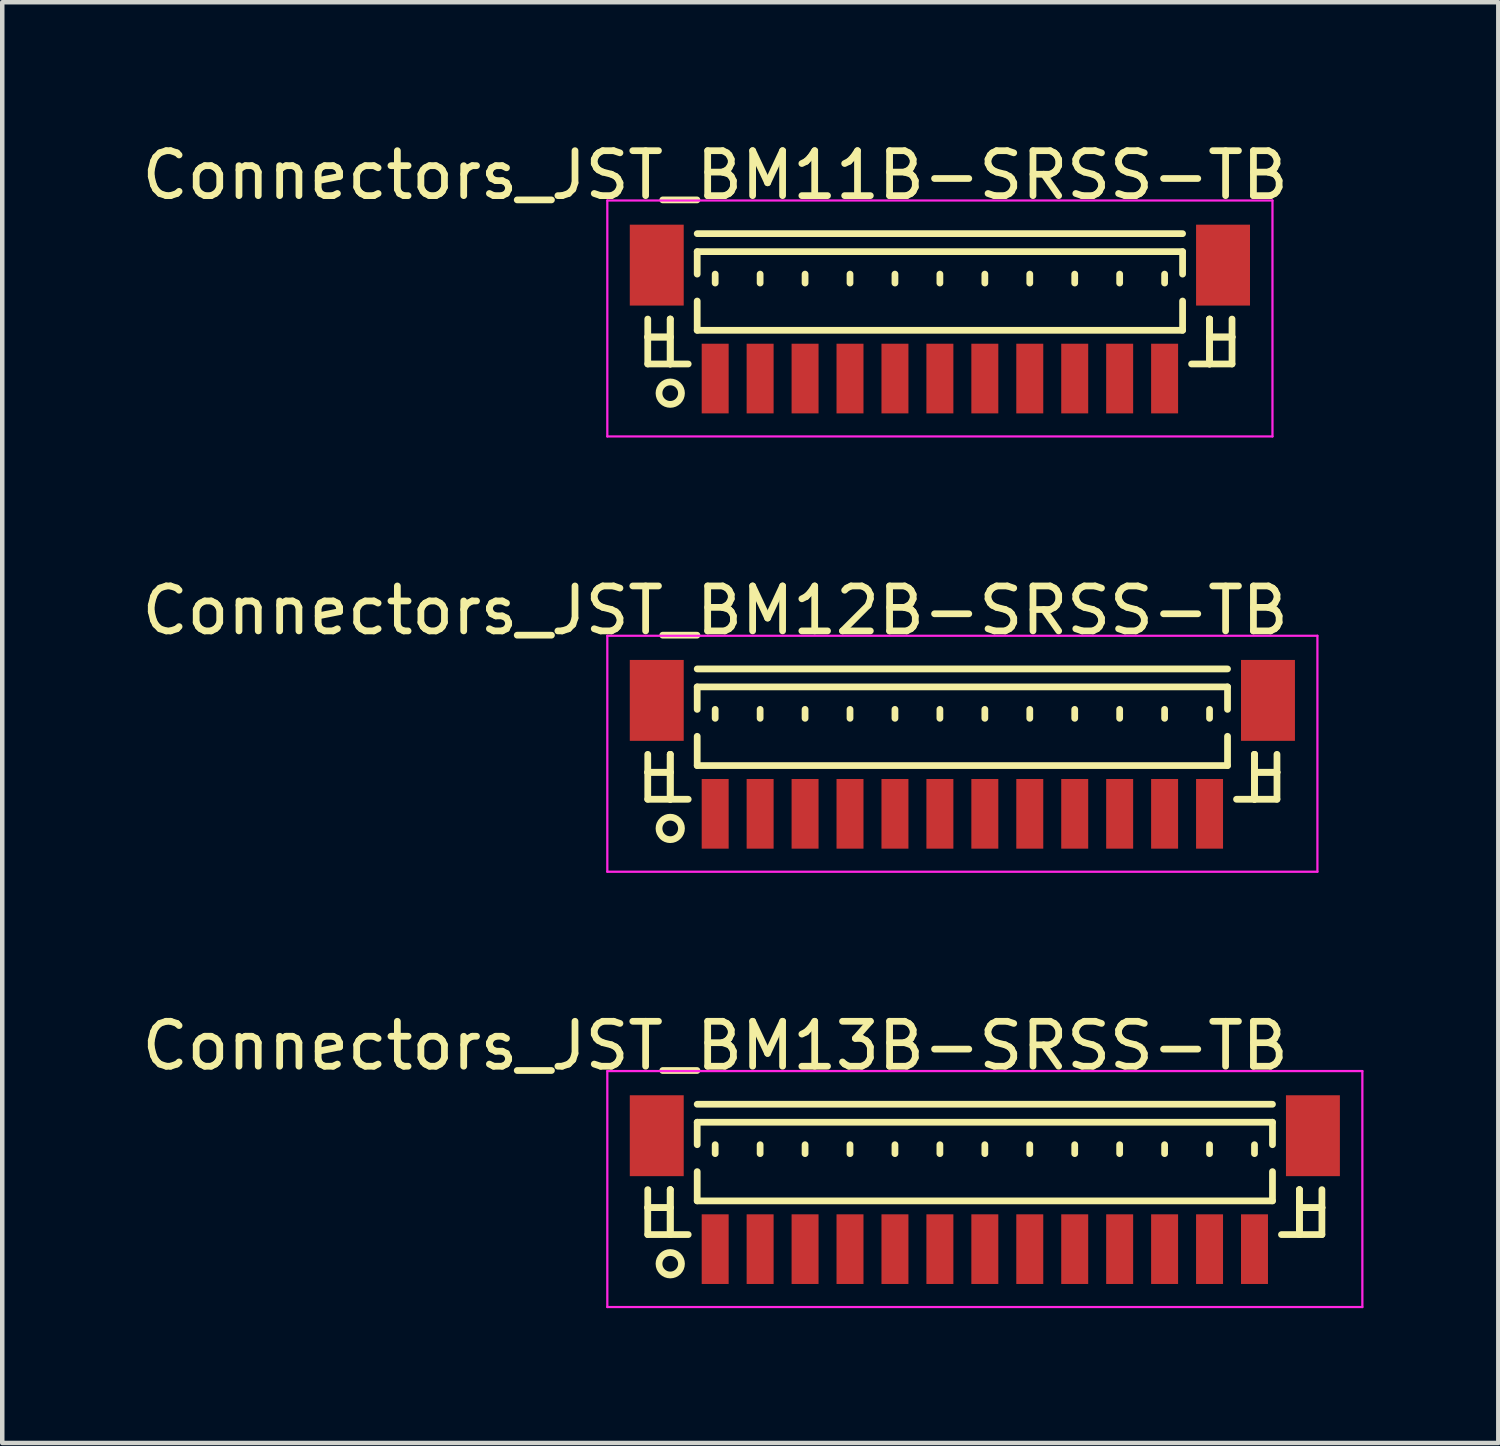
<source format=kicad_pcb>
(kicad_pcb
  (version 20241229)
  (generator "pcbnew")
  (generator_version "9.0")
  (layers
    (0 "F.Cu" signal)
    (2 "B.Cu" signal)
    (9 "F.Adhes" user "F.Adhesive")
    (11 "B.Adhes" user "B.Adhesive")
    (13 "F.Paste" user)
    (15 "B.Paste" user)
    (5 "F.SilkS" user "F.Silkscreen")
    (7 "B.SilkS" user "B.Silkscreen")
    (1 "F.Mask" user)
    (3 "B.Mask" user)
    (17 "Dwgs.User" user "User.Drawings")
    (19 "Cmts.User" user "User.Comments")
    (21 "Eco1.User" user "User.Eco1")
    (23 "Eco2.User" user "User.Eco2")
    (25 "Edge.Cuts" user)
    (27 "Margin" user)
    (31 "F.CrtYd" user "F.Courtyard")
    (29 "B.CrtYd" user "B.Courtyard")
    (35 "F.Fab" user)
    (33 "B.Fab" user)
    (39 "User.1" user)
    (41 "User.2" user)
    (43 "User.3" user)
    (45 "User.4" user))
  (footprint "Connectors_JST_BM12B-SRSS-TB"
    (layer "F.Cu")
    (at 18.363 13.796)
    (property "Reference" "Connectors_JST_BM12B-SRSS-TB" (at -5.5 -3.263 0) (layer "F.SilkS") (effects (font (size 1 1) (thickness 0.15))))
    (attr smd)
    (fp_line (start -7 -0.062) (end -7 0.938) (stroke (width 0.15) (type solid)) (layer "F.SilkS"))
    (fp_line (start -7 0.338) (end -7 0.338) (stroke (width 0.15) (type solid)) (layer "F.SilkS"))
    (fp_line (start -7 0.338) (end -6.5 0.338) (stroke (width 0.15) (type solid)) (layer "F.SilkS"))
    (fp_line (start -7 0.938) (end -6.1 0.938) (stroke (width 0.15) (type solid)) (layer "F.SilkS"))
    (fp_line (start -6.5 -0.062) (end -6.5 -0.062) (stroke (width 0.15) (type solid)) (layer "F.SilkS"))
    (fp_line (start -6.5 -0.062) (end -6.5 0.938) (stroke (width 0.15) (type solid)) (layer "F.SilkS"))
    (fp_line (start -6.5 0.338) (end -7 0.338) (stroke (width 0.15) (type solid)) (layer "F.SilkS"))
    (fp_line (start -6.5 0.338) (end -6.5 0.338) (stroke (width 0.15) (type solid)) (layer "F.SilkS"))
    (fp_line (start -6.5 0.938) (end -6.5 -0.062) (stroke (width 0.15) (type solid)) (layer "F.SilkS"))
    (fp_line (start -6.5 0.938) (end -6.5 0.938) (stroke (width 0.15) (type solid)) (layer "F.SilkS"))
    (fp_line (start -5.9 -1.962) (end 5.9 -1.962) (stroke (width 0.15) (type solid)) (layer "F.SilkS"))
    (fp_line (start -5.9 -1.562) (end 5.9 -1.562) (stroke (width 0.15) (type solid)) (layer "F.SilkS"))
    (fp_line (start -5.9 -1.062) (end -5.9 -1.562) (stroke (width 0.15) (type solid)) (layer "F.SilkS"))
    (fp_line (start -5.9 -0.463) (end -5.9 0.188) (stroke (width 0.15) (type solid)) (layer "F.SilkS"))
    (fp_line (start -5.9 0.188) (end 5.9 0.188) (stroke (width 0.15) (type solid)) (layer "F.SilkS"))
    (fp_line (start -5.5 -1.062) (end -5.5 -0.863) (stroke (width 0.15) (type solid)) (layer "F.SilkS"))
    (fp_line (start -4.5 -1.062) (end -4.5 -0.863) (stroke (width 0.15) (type solid)) (layer "F.SilkS"))
    (fp_line (start -3.5 -1.062) (end -3.5 -0.863) (stroke (width 0.15) (type solid)) (layer "F.SilkS"))
    (fp_line (start -2.5 -1.062) (end -2.5 -0.863) (stroke (width 0.15) (type solid)) (layer "F.SilkS"))
    (fp_line (start -1.5 -1.062) (end -1.5 -0.863) (stroke (width 0.15) (type solid)) (layer "F.SilkS"))
    (fp_line (start -0.5 -1.062) (end -0.5 -0.863) (stroke (width 0.15) (type solid)) (layer "F.SilkS"))
    (fp_line (start 0.5 -1.062) (end 0.5 -0.863) (stroke (width 0.15) (type solid)) (layer "F.SilkS"))
    (fp_line (start 1.5 -1.062) (end 1.5 -0.863) (stroke (width 0.15) (type solid)) (layer "F.SilkS"))
    (fp_line (start 2.5 -1.062) (end 2.5 -0.863) (stroke (width 0.15) (type solid)) (layer "F.SilkS"))
    (fp_line (start 3.5 -1.062) (end 3.5 -0.863) (stroke (width 0.15) (type solid)) (layer "F.SilkS"))
    (fp_line (start 4.5 -1.062) (end 4.5 -0.863) (stroke (width 0.15) (type solid)) (layer "F.SilkS"))
    (fp_line (start 5.5 -1.062) (end 5.5 -0.863) (stroke (width 0.15) (type solid)) (layer "F.SilkS"))
    (fp_line (start 5.9 -1.562) (end 5.9 -1.062) (stroke (width 0.15) (type solid)) (layer "F.SilkS"))
    (fp_line (start 5.9 0.188) (end 5.9 -0.463) (stroke (width 0.15) (type solid)) (layer "F.SilkS"))
    (fp_line (start 6.5 -0.062) (end 6.5 -0.062) (stroke (width 0.15) (type solid)) (layer "F.SilkS"))
    (fp_line (start 6.5 -0.062) (end 6.5 0.938) (stroke (width 0.15) (type solid)) (layer "F.SilkS"))
    (fp_line (start 6.5 0.338) (end 6.5 0.338) (stroke (width 0.15) (type solid)) (layer "F.SilkS"))
    (fp_line (start 6.5 0.338) (end 7 0.338) (stroke (width 0.15) (type solid)) (layer "F.SilkS"))
    (fp_line (start 6.5 0.938) (end 6.5 -0.062) (stroke (width 0.15) (type solid)) (layer "F.SilkS"))
    (fp_line (start 6.5 0.938) (end 6.5 0.938) (stroke (width 0.15) (type solid)) (layer "F.SilkS"))
    (fp_line (start 7 -0.062) (end 7 0.938) (stroke (width 0.15) (type solid)) (layer "F.SilkS"))
    (fp_line (start 7 0.338) (end 6.5 0.338) (stroke (width 0.15) (type solid)) (layer "F.SilkS"))
    (fp_line (start 7 0.338) (end 7 0.338) (stroke (width 0.15) (type solid)) (layer "F.SilkS"))
    (fp_line (start 7 0.938) (end 6.1 0.938) (stroke (width 0.15) (type solid)) (layer "F.SilkS"))
    (fp_circle (center -6.5 1.587) (end -6.25 1.587) (stroke (width 0.15) (type solid)) (fill no) (layer "F.SilkS"))
    (fp_line (start -7.9 -2.7) (end 7.9 -2.7) (stroke (width 0.05) (type solid)) (layer "F.CrtYd"))
    (fp_line (start -7.9 2.55) (end -7.9 -2.7) (stroke (width 0.05) (type solid)) (layer "F.CrtYd"))
    (fp_line (start 7.9 -2.7) (end 7.9 2.55) (stroke (width 0.05) (type solid)) (layer "F.CrtYd"))
    (fp_line (start 7.9 2.55) (end -7.9 2.55) (stroke (width 0.05) (type solid)) (layer "F.CrtYd"))
    (pad "" smd rect (at -6.8 -1.262) (size 1.2 1.8) (layers "F.Cu" "F.Mask" "F.Paste"))
    (pad "" smd rect (at 6.8 -1.262) (size 1.2 1.8) (layers "F.Cu" "F.Mask" "F.Paste"))
    (pad "1" smd rect (at -5.5 1.262) (size 0.6 1.55) (layers "F.Cu" "F.Mask" "F.Paste"))
    (pad "2" smd rect (at -4.5 1.262) (size 0.6 1.55) (layers "F.Cu" "F.Mask" "F.Paste"))
    (pad "3" smd rect (at -3.5 1.262) (size 0.6 1.55) (layers "F.Cu" "F.Mask" "F.Paste"))
    (pad "4" smd rect (at -2.5 1.262) (size 0.6 1.55) (layers "F.Cu" "F.Mask" "F.Paste"))
    (pad "5" smd rect (at -1.5 1.262) (size 0.6 1.55) (layers "F.Cu" "F.Mask" "F.Paste"))
    (pad "6" smd rect (at -0.5 1.262) (size 0.6 1.55) (layers "F.Cu" "F.Mask" "F.Paste"))
    (pad "7" smd rect (at 0.5 1.262) (size 0.6 1.55) (layers "F.Cu" "F.Mask" "F.Paste"))
    (pad "8" smd rect (at 1.5 1.262) (size 0.6 1.55) (layers "F.Cu" "F.Mask" "F.Paste"))
    (pad "9" smd rect (at 2.5 1.262) (size 0.6 1.55) (layers "F.Cu" "F.Mask" "F.Paste"))
    (pad "10" smd rect (at 3.5 1.262) (size 0.6 1.55) (layers "F.Cu" "F.Mask" "F.Paste"))
    (pad "11" smd rect (at 4.5 1.262) (size 0.6 1.55) (layers "F.Cu" "F.Mask" "F.Paste"))
    (pad "12" smd rect (at 5.5 1.262) (size 0.6 1.55) (layers "F.Cu" "F.Mask" "F.Paste")))
  (footprint "Connectors_JST_BM11B-SRSS-TB"
    (layer "F.Cu")
    (at 17.863 4.111)
    (property "Reference" "Connectors_JST_BM11B-SRSS-TB" (at -5 -3.263 0) (layer "F.SilkS") (effects (font (size 1 1) (thickness 0.15))))
    (attr smd)
    (fp_line (start -6.5 -0.062) (end -6.5 0.938) (stroke (width 0.15) (type solid)) (layer "F.SilkS"))
    (fp_line (start -6.5 0.338) (end -6.5 0.338) (stroke (width 0.15) (type solid)) (layer "F.SilkS"))
    (fp_line (start -6.5 0.338) (end -6 0.338) (stroke (width 0.15) (type solid)) (layer "F.SilkS"))
    (fp_line (start -6.5 0.938) (end -5.6 0.938) (stroke (width 0.15) (type solid)) (layer "F.SilkS"))
    (fp_line (start -6 -0.062) (end -6 -0.062) (stroke (width 0.15) (type solid)) (layer "F.SilkS"))
    (fp_line (start -6 -0.062) (end -6 0.938) (stroke (width 0.15) (type solid)) (layer "F.SilkS"))
    (fp_line (start -6 0.338) (end -6.5 0.338) (stroke (width 0.15) (type solid)) (layer "F.SilkS"))
    (fp_line (start -6 0.338) (end -6 0.338) (stroke (width 0.15) (type solid)) (layer "F.SilkS"))
    (fp_line (start -6 0.938) (end -6 -0.062) (stroke (width 0.15) (type solid)) (layer "F.SilkS"))
    (fp_line (start -6 0.938) (end -6 0.938) (stroke (width 0.15) (type solid)) (layer "F.SilkS"))
    (fp_line (start -5.4 -1.962) (end 5.4 -1.962) (stroke (width 0.15) (type solid)) (layer "F.SilkS"))
    (fp_line (start -5.4 -1.562) (end 5.4 -1.562) (stroke (width 0.15) (type solid)) (layer "F.SilkS"))
    (fp_line (start -5.4 -1.062) (end -5.4 -1.562) (stroke (width 0.15) (type solid)) (layer "F.SilkS"))
    (fp_line (start -5.4 -0.463) (end -5.4 0.188) (stroke (width 0.15) (type solid)) (layer "F.SilkS"))
    (fp_line (start -5.4 0.188) (end 5.4 0.188) (stroke (width 0.15) (type solid)) (layer "F.SilkS"))
    (fp_line (start -5 -1.062) (end -5 -0.863) (stroke (width 0.15) (type solid)) (layer "F.SilkS"))
    (fp_line (start -4 -1.062) (end -4 -0.863) (stroke (width 0.15) (type solid)) (layer "F.SilkS"))
    (fp_line (start -3 -1.062) (end -3 -0.863) (stroke (width 0.15) (type solid)) (layer "F.SilkS"))
    (fp_line (start -2 -1.062) (end -2 -0.863) (stroke (width 0.15) (type solid)) (layer "F.SilkS"))
    (fp_line (start -1 -1.062) (end -1 -0.863) (stroke (width 0.15) (type solid)) (layer "F.SilkS"))
    (fp_line (start 0 -1.062) (end 0 -0.863) (stroke (width 0.15) (type solid)) (layer "F.SilkS"))
    (fp_line (start 1 -1.062) (end 1 -0.863) (stroke (width 0.15) (type solid)) (layer "F.SilkS"))
    (fp_line (start 2 -1.062) (end 2 -0.863) (stroke (width 0.15) (type solid)) (layer "F.SilkS"))
    (fp_line (start 3 -1.062) (end 3 -0.863) (stroke (width 0.15) (type solid)) (layer "F.SilkS"))
    (fp_line (start 4 -1.062) (end 4 -0.863) (stroke (width 0.15) (type solid)) (layer "F.SilkS"))
    (fp_line (start 5 -1.062) (end 5 -0.863) (stroke (width 0.15) (type solid)) (layer "F.SilkS"))
    (fp_line (start 5.4 -1.562) (end 5.4 -1.062) (stroke (width 0.15) (type solid)) (layer "F.SilkS"))
    (fp_line (start 5.4 0.188) (end 5.4 -0.463) (stroke (width 0.15) (type solid)) (layer "F.SilkS"))
    (fp_line (start 6 -0.062) (end 6 -0.062) (stroke (width 0.15) (type solid)) (layer "F.SilkS"))
    (fp_line (start 6 -0.062) (end 6 0.938) (stroke (width 0.15) (type solid)) (layer "F.SilkS"))
    (fp_line (start 6 0.338) (end 6 0.338) (stroke (width 0.15) (type solid)) (layer "F.SilkS"))
    (fp_line (start 6 0.338) (end 6.5 0.338) (stroke (width 0.15) (type solid)) (layer "F.SilkS"))
    (fp_line (start 6 0.938) (end 6 -0.062) (stroke (width 0.15) (type solid)) (layer "F.SilkS"))
    (fp_line (start 6 0.938) (end 6 0.938) (stroke (width 0.15) (type solid)) (layer "F.SilkS"))
    (fp_line (start 6.5 -0.062) (end 6.5 0.938) (stroke (width 0.15) (type solid)) (layer "F.SilkS"))
    (fp_line (start 6.5 0.338) (end 6 0.338) (stroke (width 0.15) (type solid)) (layer "F.SilkS"))
    (fp_line (start 6.5 0.338) (end 6.5 0.338) (stroke (width 0.15) (type solid)) (layer "F.SilkS"))
    (fp_line (start 6.5 0.938) (end 5.6 0.938) (stroke (width 0.15) (type solid)) (layer "F.SilkS"))
    (fp_circle (center -6 1.587) (end -5.75 1.587) (stroke (width 0.15) (type solid)) (fill no) (layer "F.SilkS"))
    (fp_line (start -7.4 -2.7) (end 7.4 -2.7) (stroke (width 0.05) (type solid)) (layer "F.CrtYd"))
    (fp_line (start -7.4 2.55) (end -7.4 -2.7) (stroke (width 0.05) (type solid)) (layer "F.CrtYd"))
    (fp_line (start 7.4 -2.7) (end 7.4 2.55) (stroke (width 0.05) (type solid)) (layer "F.CrtYd"))
    (fp_line (start 7.4 2.55) (end -7.4 2.55) (stroke (width 0.05) (type solid)) (layer "F.CrtYd"))
    (pad "" smd rect (at -6.3 -1.262) (size 1.2 1.8) (layers "F.Cu" "F.Mask" "F.Paste"))
    (pad "" smd rect (at 6.3 -1.262) (size 1.2 1.8) (layers "F.Cu" "F.Mask" "F.Paste"))
    (pad "1" smd rect (at -5 1.262) (size 0.6 1.55) (layers "F.Cu" "F.Mask" "F.Paste"))
    (pad "2" smd rect (at -4 1.262) (size 0.6 1.55) (layers "F.Cu" "F.Mask" "F.Paste"))
    (pad "3" smd rect (at -3 1.262) (size 0.6 1.55) (layers "F.Cu" "F.Mask" "F.Paste"))
    (pad "4" smd rect (at -2 1.262) (size 0.6 1.55) (layers "F.Cu" "F.Mask" "F.Paste"))
    (pad "5" smd rect (at -1 1.262) (size 0.6 1.55) (layers "F.Cu" "F.Mask" "F.Paste"))
    (pad "6" smd rect (at 0 1.262) (size 0.6 1.55) (layers "F.Cu" "F.Mask" "F.Paste"))
    (pad "7" smd rect (at 1 1.262) (size 0.6 1.55) (layers "F.Cu" "F.Mask" "F.Paste"))
    (pad "8" smd rect (at 2 1.262) (size 0.6 1.55) (layers "F.Cu" "F.Mask" "F.Paste"))
    (pad "9" smd rect (at 3 1.262) (size 0.6 1.55) (layers "F.Cu" "F.Mask" "F.Paste"))
    (pad "10" smd rect (at 4 1.262) (size 0.6 1.55) (layers "F.Cu" "F.Mask" "F.Paste"))
    (pad "11" smd rect (at 5 1.262) (size 0.6 1.55) (layers "F.Cu" "F.Mask" "F.Paste")))
  (footprint "Connectors_JST_BM13B-SRSS-TB"
    (layer "F.Cu")
    (at 18.863 23.482)
    (property "Reference" "Connectors_JST_BM13B-SRSS-TB" (at -6 -3.263 0) (layer "F.SilkS") (effects (font (size 1 1) (thickness 0.15))))
    (attr smd)
    (fp_line (start -7.5 -0.062) (end -7.5 0.938) (stroke (width 0.15) (type solid)) (layer "F.SilkS"))
    (fp_line (start -7.5 0.338) (end -7.5 0.338) (stroke (width 0.15) (type solid)) (layer "F.SilkS"))
    (fp_line (start -7.5 0.338) (end -7 0.338) (stroke (width 0.15) (type solid)) (layer "F.SilkS"))
    (fp_line (start -7.5 0.938) (end -6.6 0.938) (stroke (width 0.15) (type solid)) (layer "F.SilkS"))
    (fp_line (start -7 -0.062) (end -7 -0.062) (stroke (width 0.15) (type solid)) (layer "F.SilkS"))
    (fp_line (start -7 -0.062) (end -7 0.938) (stroke (width 0.15) (type solid)) (layer "F.SilkS"))
    (fp_line (start -7 0.338) (end -7.5 0.338) (stroke (width 0.15) (type solid)) (layer "F.SilkS"))
    (fp_line (start -7 0.338) (end -7 0.338) (stroke (width 0.15) (type solid)) (layer "F.SilkS"))
    (fp_line (start -7 0.938) (end -7 -0.062) (stroke (width 0.15) (type solid)) (layer "F.SilkS"))
    (fp_line (start -7 0.938) (end -7 0.938) (stroke (width 0.15) (type solid)) (layer "F.SilkS"))
    (fp_line (start -6.4 -1.962) (end 6.4 -1.962) (stroke (width 0.15) (type solid)) (layer "F.SilkS"))
    (fp_line (start -6.4 -1.562) (end 6.4 -1.562) (stroke (width 0.15) (type solid)) (layer "F.SilkS"))
    (fp_line (start -6.4 -1.062) (end -6.4 -1.562) (stroke (width 0.15) (type solid)) (layer "F.SilkS"))
    (fp_line (start -6.4 -0.463) (end -6.4 0.188) (stroke (width 0.15) (type solid)) (layer "F.SilkS"))
    (fp_line (start -6.4 0.188) (end 6.4 0.188) (stroke (width 0.15) (type solid)) (layer "F.SilkS"))
    (fp_line (start -6 -1.062) (end -6 -0.863) (stroke (width 0.15) (type solid)) (layer "F.SilkS"))
    (fp_line (start -5 -1.062) (end -5 -0.863) (stroke (width 0.15) (type solid)) (layer "F.SilkS"))
    (fp_line (start -4 -1.062) (end -4 -0.863) (stroke (width 0.15) (type solid)) (layer "F.SilkS"))
    (fp_line (start -3 -1.062) (end -3 -0.863) (stroke (width 0.15) (type solid)) (layer "F.SilkS"))
    (fp_line (start -2 -1.062) (end -2 -0.863) (stroke (width 0.15) (type solid)) (layer "F.SilkS"))
    (fp_line (start -1 -1.062) (end -1 -0.863) (stroke (width 0.15) (type solid)) (layer "F.SilkS"))
    (fp_line (start 0 -1.062) (end 0 -0.863) (stroke (width 0.15) (type solid)) (layer "F.SilkS"))
    (fp_line (start 1 -1.062) (end 1 -0.863) (stroke (width 0.15) (type solid)) (layer "F.SilkS"))
    (fp_line (start 2 -1.062) (end 2 -0.863) (stroke (width 0.15) (type solid)) (layer "F.SilkS"))
    (fp_line (start 3 -1.062) (end 3 -0.863) (stroke (width 0.15) (type solid)) (layer "F.SilkS"))
    (fp_line (start 4 -1.062) (end 4 -0.863) (stroke (width 0.15) (type solid)) (layer "F.SilkS"))
    (fp_line (start 5 -1.062) (end 5 -0.863) (stroke (width 0.15) (type solid)) (layer "F.SilkS"))
    (fp_line (start 6 -1.062) (end 6 -0.863) (stroke (width 0.15) (type solid)) (layer "F.SilkS"))
    (fp_line (start 6.4 -1.562) (end 6.4 -1.062) (stroke (width 0.15) (type solid)) (layer "F.SilkS"))
    (fp_line (start 6.4 0.188) (end 6.4 -0.463) (stroke (width 0.15) (type solid)) (layer "F.SilkS"))
    (fp_line (start 7 -0.062) (end 7 -0.062) (stroke (width 0.15) (type solid)) (layer "F.SilkS"))
    (fp_line (start 7 -0.062) (end 7 0.938) (stroke (width 0.15) (type solid)) (layer "F.SilkS"))
    (fp_line (start 7 0.338) (end 7 0.338) (stroke (width 0.15) (type solid)) (layer "F.SilkS"))
    (fp_line (start 7 0.338) (end 7.5 0.338) (stroke (width 0.15) (type solid)) (layer "F.SilkS"))
    (fp_line (start 7 0.938) (end 7 -0.062) (stroke (width 0.15) (type solid)) (layer "F.SilkS"))
    (fp_line (start 7 0.938) (end 7 0.938) (stroke (width 0.15) (type solid)) (layer "F.SilkS"))
    (fp_line (start 7.5 -0.062) (end 7.5 0.938) (stroke (width 0.15) (type solid)) (layer "F.SilkS"))
    (fp_line (start 7.5 0.338) (end 7 0.338) (stroke (width 0.15) (type solid)) (layer "F.SilkS"))
    (fp_line (start 7.5 0.338) (end 7.5 0.338) (stroke (width 0.15) (type solid)) (layer "F.SilkS"))
    (fp_line (start 7.5 0.938) (end 6.6 0.938) (stroke (width 0.15) (type solid)) (layer "F.SilkS"))
    (fp_circle (center -7 1.587) (end -6.75 1.587) (stroke (width 0.15) (type solid)) (fill no) (layer "F.SilkS"))
    (fp_line (start -8.4 -2.7) (end 8.4 -2.7) (stroke (width 0.05) (type solid)) (layer "F.CrtYd"))
    (fp_line (start -8.4 2.55) (end -8.4 -2.7) (stroke (width 0.05) (type solid)) (layer "F.CrtYd"))
    (fp_line (start 8.4 -2.7) (end 8.4 2.55) (stroke (width 0.05) (type solid)) (layer "F.CrtYd"))
    (fp_line (start 8.4 2.55) (end -8.4 2.55) (stroke (width 0.05) (type solid)) (layer "F.CrtYd"))
    (pad "" smd rect (at -7.3 -1.262) (size 1.2 1.8) (layers "F.Cu" "F.Mask" "F.Paste"))
    (pad "" smd rect (at 7.3 -1.262) (size 1.2 1.8) (layers "F.Cu" "F.Mask" "F.Paste"))
    (pad "1" smd rect (at -6 1.262) (size 0.6 1.55) (layers "F.Cu" "F.Mask" "F.Paste"))
    (pad "2" smd rect (at -5 1.262) (size 0.6 1.55) (layers "F.Cu" "F.Mask" "F.Paste"))
    (pad "3" smd rect (at -4 1.262) (size 0.6 1.55) (layers "F.Cu" "F.Mask" "F.Paste"))
    (pad "4" smd rect (at -3 1.262) (size 0.6 1.55) (layers "F.Cu" "F.Mask" "F.Paste"))
    (pad "5" smd rect (at -2 1.262) (size 0.6 1.55) (layers "F.Cu" "F.Mask" "F.Paste"))
    (pad "6" smd rect (at -1 1.262) (size 0.6 1.55) (layers "F.Cu" "F.Mask" "F.Paste"))
    (pad "7" smd rect (at 0 1.262) (size 0.6 1.55) (layers "F.Cu" "F.Mask" "F.Paste"))
    (pad "8" smd rect (at 1 1.262) (size 0.6 1.55) (layers "F.Cu" "F.Mask" "F.Paste"))
    (pad "9" smd rect (at 2 1.262) (size 0.6 1.55) (layers "F.Cu" "F.Mask" "F.Paste"))
    (pad "10" smd rect (at 3 1.262) (size 0.6 1.55) (layers "F.Cu" "F.Mask" "F.Paste"))
    (pad "11" smd rect (at 4 1.262) (size 0.6 1.55) (layers "F.Cu" "F.Mask" "F.Paste"))
    (pad "12" smd rect (at 5 1.262) (size 0.6 1.55) (layers "F.Cu" "F.Mask" "F.Paste"))
    (pad "13" smd rect (at 6 1.262) (size 0.6 1.55) (layers "F.Cu" "F.Mask" "F.Paste")))
  (gr_rect
    (start -3 -3)
    (end 30.288 29.057)
    (stroke (width 0.1) (type default))
    (fill no)
    (layer "Edge.Cuts")))
</source>
